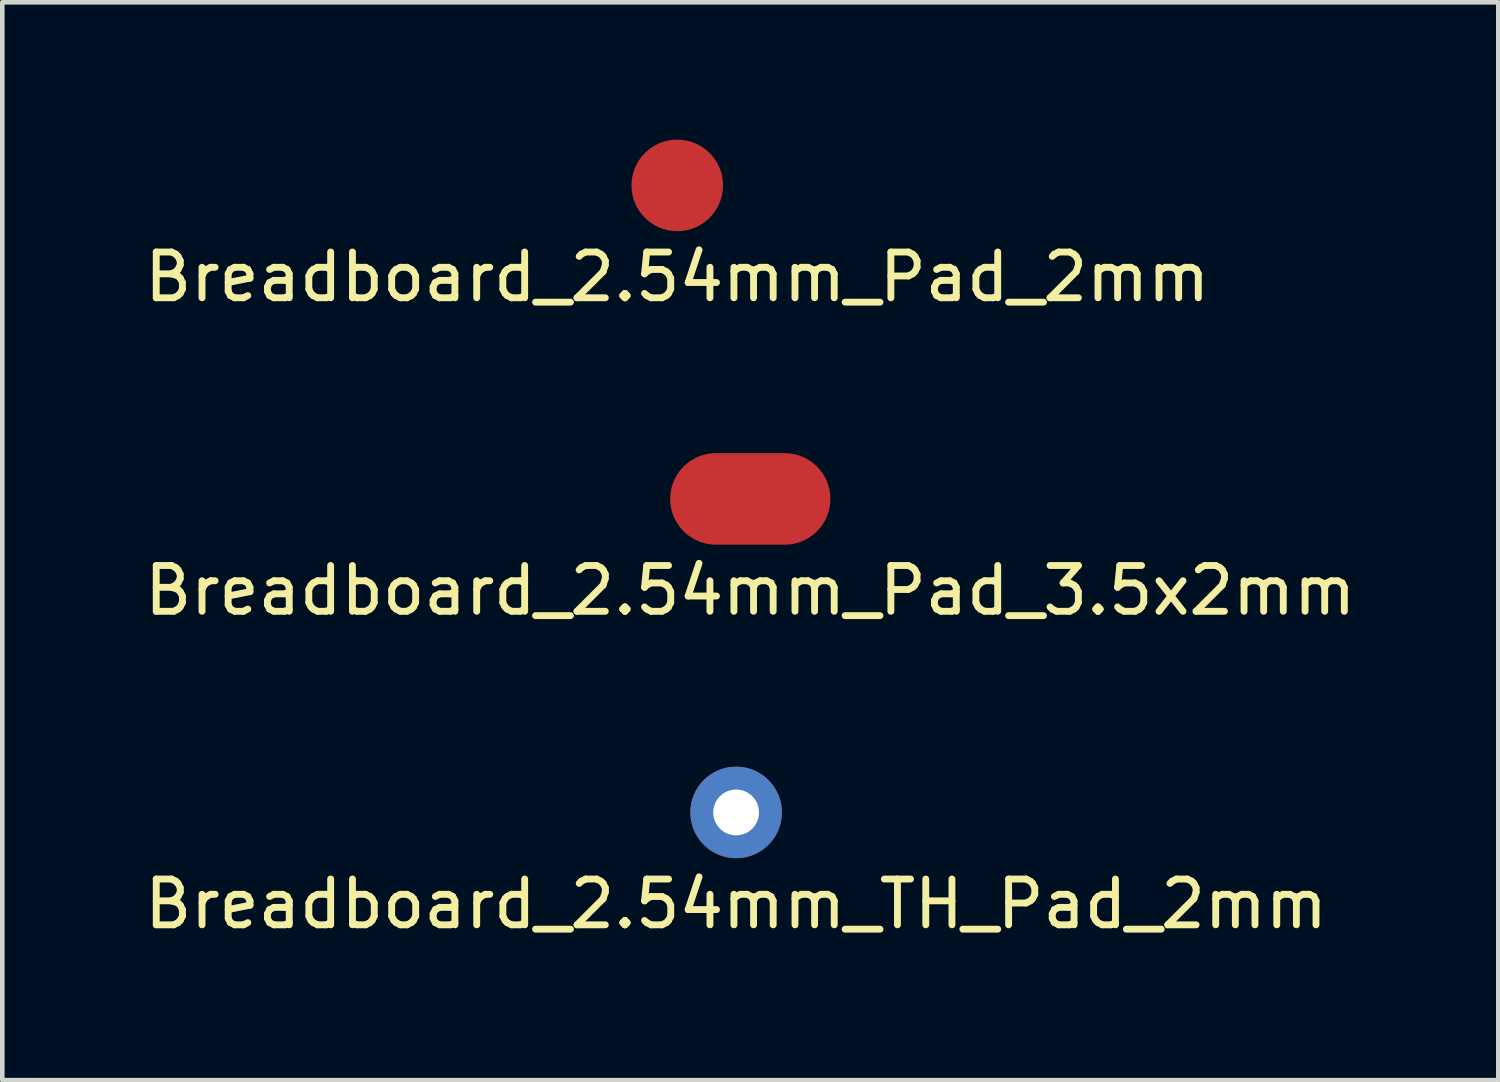
<source format=kicad_pcb>
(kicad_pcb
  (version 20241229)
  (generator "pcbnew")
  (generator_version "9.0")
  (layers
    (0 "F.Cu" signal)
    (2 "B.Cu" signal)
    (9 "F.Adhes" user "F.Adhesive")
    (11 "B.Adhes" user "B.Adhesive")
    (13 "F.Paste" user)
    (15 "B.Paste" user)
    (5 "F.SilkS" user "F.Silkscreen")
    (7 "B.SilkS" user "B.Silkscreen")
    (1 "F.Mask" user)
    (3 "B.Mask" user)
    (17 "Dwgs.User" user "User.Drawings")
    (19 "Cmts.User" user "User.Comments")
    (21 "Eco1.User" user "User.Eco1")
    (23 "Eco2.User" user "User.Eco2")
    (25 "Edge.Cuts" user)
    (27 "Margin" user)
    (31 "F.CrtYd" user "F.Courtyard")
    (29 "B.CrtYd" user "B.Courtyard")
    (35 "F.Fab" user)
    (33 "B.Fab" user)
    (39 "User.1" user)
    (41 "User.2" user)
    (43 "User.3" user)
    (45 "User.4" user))
  (footprint "Breadboard_2.54mm_TH_Pad_2mm"
    (layer "F.Cu")
    (at 13.03 14.697)
    (property "Reference" "Breadboard_2.54mm_TH_Pad_2mm" (at 0 2 0) (layer "F.SilkS") (effects (font (size 1 1) (thickness 0.15))))
    (attr through_hole)
    (pad "" thru_hole circle (at 0 0) (size 2 2) (drill 1) (layers "*.Cu" "*.Mask")))
  (footprint "Breadboard_2.54mm_Pad_3.5x2mm"
    (layer "F.Cu")
    (at 13.339 7.848)
    (property "Reference" "Breadboard_2.54mm_Pad_3.5x2mm" (at 0 2 0) (layer "F.SilkS") (effects (font (size 1 1) (thickness 0.15))))
    (attr smd)
    (pad "" connect oval (at 0 0) (size 3.5 2) (layers "F.Cu" "F.Mask")))
  (footprint "Breadboard_2.54mm_Pad_2mm"
    (layer "F.Cu")
    (at 11.744 1)
    (property "Reference" "Breadboard_2.54mm_Pad_2mm" (at 0 2 0) (layer "F.SilkS") (effects (font (size 1 1) (thickness 0.15))))
    (attr smd)
    (pad "" connect circle (at 0 0) (size 2 2) (layers "F.Cu" "F.Mask")))
  (gr_rect
    (start -3 -3)
    (end 29.679 20.545)
    (stroke (width 0.1) (type default))
    (fill no)
    (layer "Edge.Cuts")))
</source>
